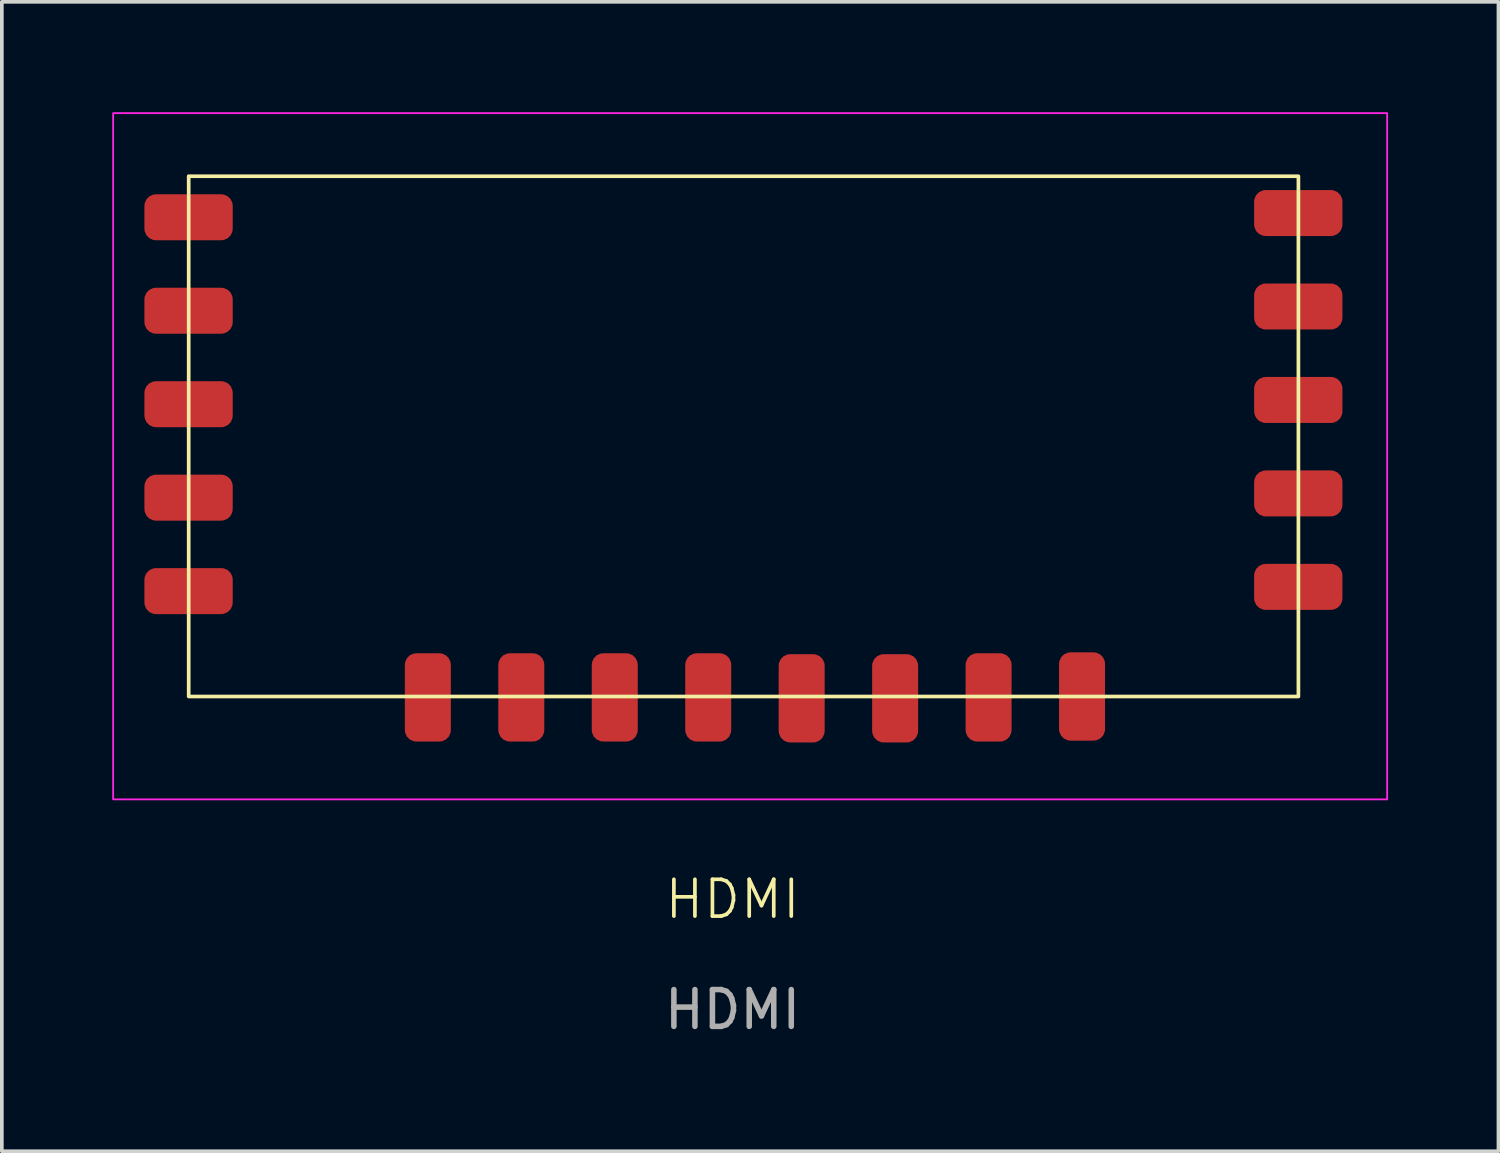
<source format=kicad_pcb>
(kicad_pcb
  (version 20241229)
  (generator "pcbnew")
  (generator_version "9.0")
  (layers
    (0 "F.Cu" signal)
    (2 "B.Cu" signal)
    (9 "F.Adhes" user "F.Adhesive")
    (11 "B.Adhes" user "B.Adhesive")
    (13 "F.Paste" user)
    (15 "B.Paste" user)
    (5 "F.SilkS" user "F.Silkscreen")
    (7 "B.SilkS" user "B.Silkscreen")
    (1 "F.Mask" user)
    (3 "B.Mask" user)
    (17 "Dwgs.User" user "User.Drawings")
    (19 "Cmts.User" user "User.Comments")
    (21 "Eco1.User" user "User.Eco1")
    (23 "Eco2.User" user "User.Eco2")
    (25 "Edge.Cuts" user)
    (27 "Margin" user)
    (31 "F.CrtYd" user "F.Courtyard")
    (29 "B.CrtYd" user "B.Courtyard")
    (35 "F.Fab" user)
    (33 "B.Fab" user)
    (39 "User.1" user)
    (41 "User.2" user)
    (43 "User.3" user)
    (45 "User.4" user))
  (footprint "HDMI"
    (layer "F.Cu")
    (at 26.358 15.879)
    (property "Reference" "HDMI" (at -9.498 5.511 0) (unlocked yes) (layer "F.SilkS") (effects (font (size 1 1) (thickness 0.1))))
    (attr smd)
    (fp_rect (start -24.28 -14.14) (end 5.88 0) (stroke (width 0.1) (type default)) (fill no) (layer "F.SilkS"))
    (fp_rect (start -26.333 -15.854) (end 8.292 2.796) (stroke (width 0.05) (type default)) (fill no) (layer "F.CrtYd"))
    (fp_text user "${REFERENCE}" (at -9.498 8.511 0) (unlocked yes) (layer "F.Fab") (effects (font (size 1 1) (thickness 0.15))))
    (pad "2" smd roundrect (at -24.283 -13.024) (size 2.4 1.25) (layers "F.Cu" "F.Mask" "F.Paste") (roundrect_rratio 0.25))
    (pad "3" smd roundrect (at -24.283 -10.484) (size 2.4 1.25) (layers "F.Cu" "F.Mask" "F.Paste") (roundrect_rratio 0.25))
    (pad "4" smd roundrect (at -24.283 -7.944) (size 2.4 1.25) (layers "F.Cu" "F.Mask" "F.Paste") (roundrect_rratio 0.25))
    (pad "5" smd roundrect (at -24.283 -5.404) (size 2.4 1.25) (layers "F.Cu" "F.Mask" "F.Paste") (roundrect_rratio 0.25))
    (pad "6" smd roundrect (at -24.283 -2.864) (size 2.4 1.25) (layers "F.Cu" "F.Mask" "F.Paste") (roundrect_rratio 0.25))
    (pad "7" smd roundrect (at -17.78 0.025 90) (size 2.4 1.25) (layers "F.Cu" "F.Mask" "F.Paste") (roundrect_rratio 0.25))
    (pad "8" smd roundrect (at -15.24 0.025 90) (size 2.4 1.25) (layers "F.Cu" "F.Mask" "F.Paste") (roundrect_rratio 0.25))
    (pad "9" smd roundrect (at -12.7 0.025 90) (size 2.4 1.25) (layers "F.Cu" "F.Mask" "F.Paste") (roundrect_rratio 0.25))
    (pad "10" smd roundrect (at -10.16 0.025 90) (size 2.4 1.25) (layers "F.Cu" "F.Mask" "F.Paste") (roundrect_rratio 0.25))
    (pad "11" smd roundrect (at -7.62 0.05 90) (size 2.4 1.25) (layers "F.Cu" "F.Mask" "F.Paste") (roundrect_rratio 0.25))
    (pad "12" smd roundrect (at -5.08 0.05 90) (size 2.4 1.25) (layers "F.Cu" "F.Mask" "F.Paste") (roundrect_rratio 0.25))
    (pad "13" smd roundrect (at -2.54 0.025 90) (size 2.4 1.25) (layers "F.Cu" "F.Mask" "F.Paste") (roundrect_rratio 0.25))
    (pad "14" smd roundrect (at 0 0 90) (size 2.4 1.25) (layers "F.Cu" "F.Mask" "F.Paste") (roundrect_rratio 0.25))
    (pad "16" smd roundrect (at 5.877 -2.979) (size 2.4 1.25) (layers "F.Cu" "F.Mask" "F.Paste") (roundrect_rratio 0.25))
    (pad "17" smd roundrect (at 5.877 -5.519) (size 2.4 1.25) (layers "F.Cu" "F.Mask" "F.Paste") (roundrect_rratio 0.25))
    (pad "18" smd roundrect (at 5.877 -8.059) (size 2.4 1.25) (layers "F.Cu" "F.Mask" "F.Paste") (roundrect_rratio 0.25))
    (pad "19" smd roundrect (at 5.877 -10.599) (size 2.4 1.25) (layers "F.Cu" "F.Mask" "F.Paste") (roundrect_rratio 0.25))
    (pad "20" smd roundrect (at 5.877 -13.139) (size 2.4 1.25) (layers "F.Cu" "F.Mask" "F.Paste") (roundrect_rratio 0.25)))
  (gr_rect
    (start -3 -3)
    (end 37.675 28.238)
    (stroke (width 0.1) (type default))
    (fill no)
    (layer "Edge.Cuts")))
</source>
